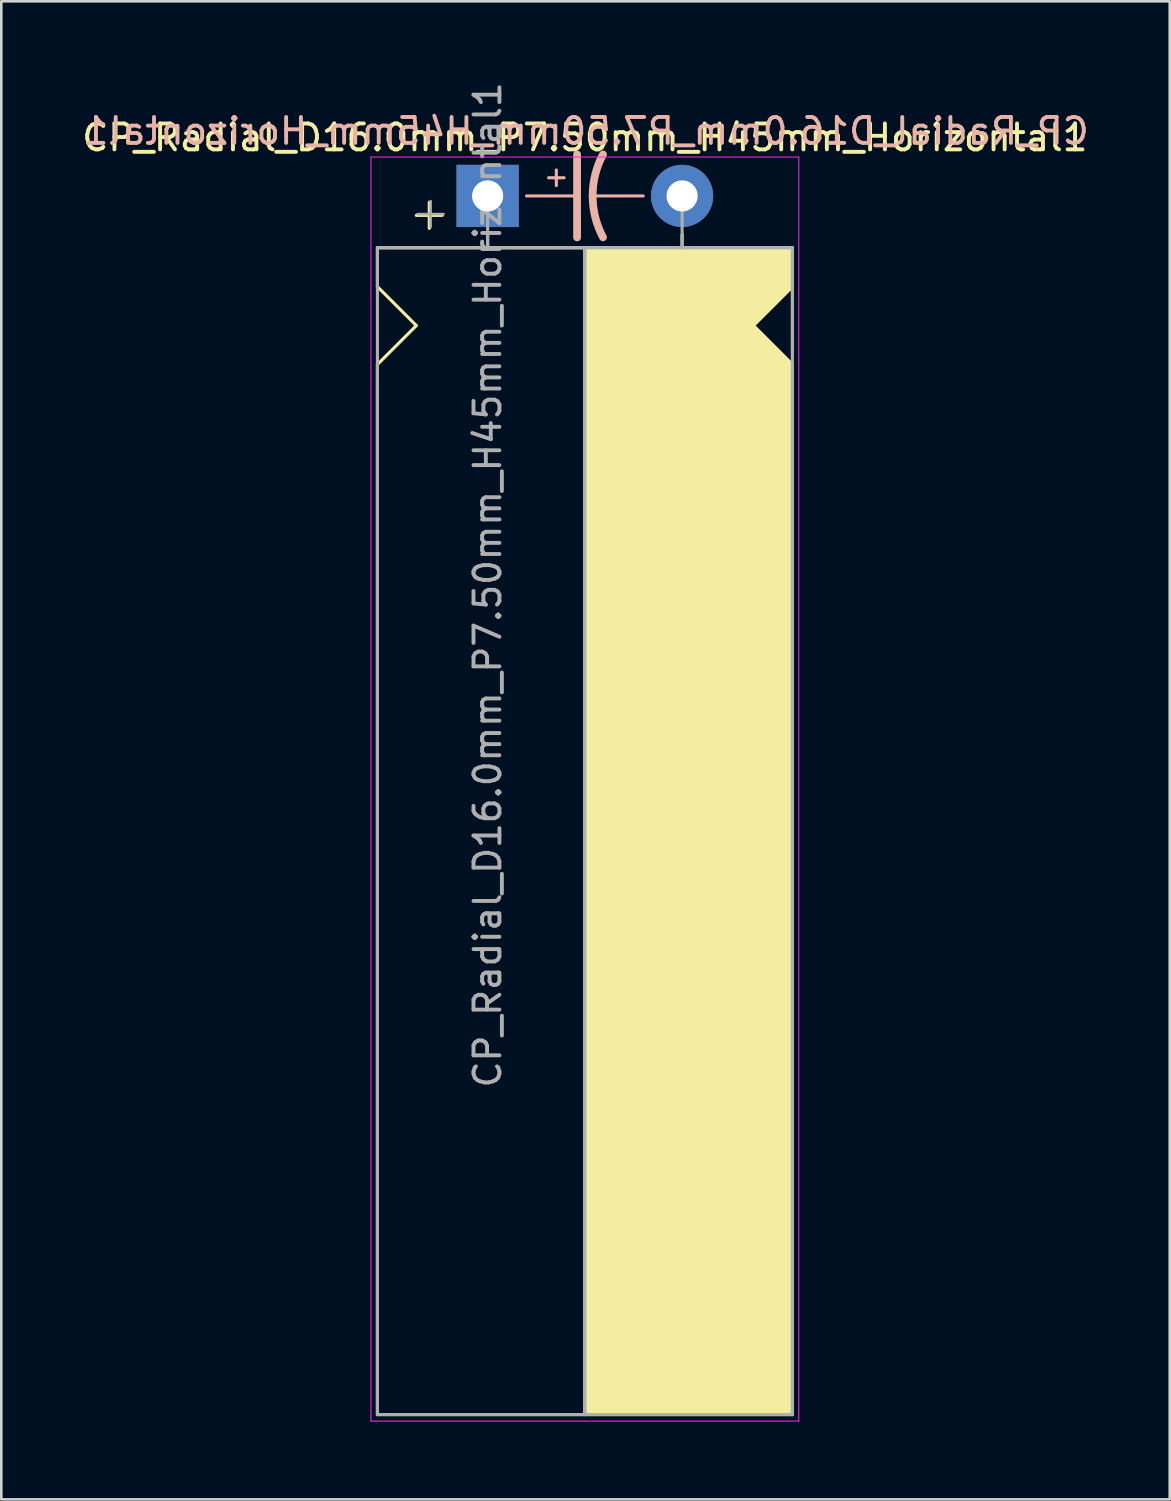
<source format=kicad_pcb>
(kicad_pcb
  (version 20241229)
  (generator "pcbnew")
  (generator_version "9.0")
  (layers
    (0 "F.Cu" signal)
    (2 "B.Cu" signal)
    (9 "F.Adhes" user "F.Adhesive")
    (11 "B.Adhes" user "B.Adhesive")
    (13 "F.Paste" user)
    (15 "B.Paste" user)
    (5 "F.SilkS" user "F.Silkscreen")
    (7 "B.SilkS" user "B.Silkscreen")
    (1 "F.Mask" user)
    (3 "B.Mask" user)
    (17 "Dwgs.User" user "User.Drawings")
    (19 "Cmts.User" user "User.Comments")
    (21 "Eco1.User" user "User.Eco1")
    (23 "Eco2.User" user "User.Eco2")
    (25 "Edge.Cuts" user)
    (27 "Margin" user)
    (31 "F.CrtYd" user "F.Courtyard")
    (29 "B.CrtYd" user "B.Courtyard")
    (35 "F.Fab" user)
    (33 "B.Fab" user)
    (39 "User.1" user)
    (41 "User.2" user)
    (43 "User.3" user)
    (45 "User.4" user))
  (footprint "CP_Radial_D16.0mm_P7.50mm_H45mm_Horizontal1"
    (layer "F.Cu")
    (at 15.756 4.506)
    (property "Reference" "CP_Radial_D16.0mm_P7.50mm_H45mm_Horizontal1" (at 3.75 -2.25 0) (layer "F.SilkS") (effects (font (size 1 1) (thickness 0.15))))
    (fp_line (start -4.25 2) (end -4.25 3.5) (stroke (width 0.12) (type solid)) (layer "F.SilkS"))
    (fp_line (start -4.25 3.5) (end -2.75 5) (stroke (width 0.12) (type solid)) (layer "F.SilkS"))
    (fp_line (start -4.25 6.5) (end -4.25 7.5) (stroke (width 0.12) (type solid)) (layer "F.SilkS"))
    (fp_line (start -4.25 7.5) (end -4.25 47) (stroke (width 0.12) (type solid)) (layer "F.SilkS"))
    (fp_line (start -2.75 5) (end -4.25 6.5) (stroke (width 0.12) (type solid)) (layer "F.SilkS"))
    (fp_line (start -2.25 0.25) (end -2.25 1.25) (stroke (width 0.12) (type solid)) (layer "F.SilkS"))
    (fp_line (start -1.75 0.75) (end -2.75 0.75) (stroke (width 0.12) (type solid)) (layer "F.SilkS"))
    (fp_line (start 0 1.5) (end 0 2) (stroke (width 0.12) (type solid)) (layer "F.SilkS"))
    (fp_line (start 3.75 2) (end -4.25 2) (stroke (width 0.12) (type solid)) (layer "F.SilkS"))
    (fp_line (start 3.75 2) (end 3.75 47) (stroke (width 0.12) (type solid)) (layer "F.SilkS"))
    (fp_line (start 3.75 2) (end 11.75 2) (stroke (width 0.12) (type solid)) (layer "F.SilkS"))
    (fp_line (start 7.5 1.5) (end 7.5 2) (stroke (width 0.12) (type solid)) (layer "F.SilkS"))
    (fp_line (start 10.25 5) (end 11.75 6.5) (stroke (width 0.12) (type solid)) (layer "F.SilkS"))
    (fp_line (start 11.75 2) (end 11.75 3.5) (stroke (width 0.12) (type solid)) (layer "F.SilkS"))
    (fp_line (start 11.75 3.5) (end 10.25 5) (stroke (width 0.12) (type solid)) (layer "F.SilkS"))
    (fp_line (start 11.75 47) (end -4.25 47) (stroke (width 0.12) (type solid)) (layer "F.SilkS"))
    (fp_line (start 11.75 47) (end 11.75 6.5) (stroke (width 0.12) (type solid)) (layer "F.SilkS"))
    (fp_poly (pts (xy 11.75 3.5) (xy 10.25 5) (xy 11.75 6.5) (xy 11.75 47) (xy 3.75 47) (xy 3.75 2) (xy 11.75 2)) (stroke (width 0.1) (type solid)) (fill yes) (layer "F.SilkS"))
    (fp_line (start 1.5 0) (end 3.45 0) (stroke (width 0.12) (type solid)) (layer "B.SilkS"))
    (fp_line (start 2.35 -0.7) (end 2.95 -0.7) (stroke (width 0.12) (type solid)) (layer "B.SilkS"))
    (fp_line (start 2.65 -0.4) (end 2.65 -1) (stroke (width 0.12) (type solid)) (layer "B.SilkS"))
    (fp_line (start 3.45 0) (end 3.45 -1.6) (stroke (width 0.3) (type solid)) (layer "B.SilkS"))
    (fp_line (start 3.45 0) (end 3.45 1.6) (stroke (width 0.3) (type solid)) (layer "B.SilkS"))
    (fp_line (start 6 0) (end 4.05 0) (stroke (width 0.12) (type solid)) (layer "B.SilkS"))
    (fp_arc (start 4.05 0) (mid 4.150512 -0.824872) (end 4.45 -1.6) (stroke (width 0.3) (type solid)) (layer "B.SilkS"))
    (fp_arc (start 4.45 1.596157) (mid 4.151652 0.822725) (end 4.05 0) (stroke (width 0.3) (type solid)) (layer "B.SilkS"))
    (fp_line (start -4.5 -1.5) (end 12 -1.5) (stroke (width 0.04) (type solid)) (layer "F.CrtYd"))
    (fp_line (start -4.5 47.25) (end -4.5 -1.5) (stroke (width 0.04) (type solid)) (layer "F.CrtYd"))
    (fp_line (start 12 -1.5) (end 12 47.25) (stroke (width 0.04) (type solid)) (layer "F.CrtYd"))
    (fp_line (start 12 47.25) (end -4.5 47.25) (stroke (width 0.04) (type solid)) (layer "F.CrtYd"))
    (fp_line (start -4.25 2) (end -4.25 47) (stroke (width 0.12) (type solid)) (layer "F.Fab"))
    (fp_line (start -4.25 47) (end 11.75 47) (stroke (width 0.12) (type solid)) (layer "F.Fab"))
    (fp_line (start -2.7 0.7) (end -1.7 0.7) (stroke (width 0.1) (type solid)) (layer "F.Fab"))
    (fp_line (start -2.2 1.2) (end -2.2 0.2) (stroke (width 0.1) (type solid)) (layer "F.Fab"))
    (fp_line (start 0 0) (end 0 2) (stroke (width 0.12) (type solid)) (layer "F.Fab"))
    (fp_line (start 0 2) (end -4.25 2) (stroke (width 0.12) (type solid)) (layer "F.Fab"))
    (fp_line (start 3.75 2) (end 3.75 47) (stroke (width 0.12) (type solid)) (layer "F.Fab"))
    (fp_line (start 7.5 0) (end 7.5 2) (stroke (width 0.12) (type solid)) (layer "F.Fab"))
    (fp_line (start 11.75 2) (end 0 2) (stroke (width 0.12) (type solid)) (layer "F.Fab"))
    (fp_line (start 11.75 47) (end 11.75 2) (stroke (width 0.12) (type solid)) (layer "F.Fab"))
    (fp_poly (pts (xy 11.75 47) (xy 3.75 47) (xy 3.75 2) (xy 11.75 2)) (stroke (width 0.1) (type solid)) (fill no) (layer "F.Fab"))
    (fp_text user "${REFERENCE}" (at 3.8 -2.5 0) (layer "B.SilkS") (effects (font (size 1 1) (thickness 0.15)) (justify mirror)))
    (fp_text user "${REFERENCE}" (at 0 15 90) (layer "F.Fab") (effects (font (size 1 1) (thickness 0.15))))
    (pad "1" thru_hole rect (at 0 0) (size 2.4 2.4) (drill 1.2) (layers "*.Cu" "*.Mask"))
    (pad "2" thru_hole circle (at 7.5 0) (size 2.4 2.4) (drill 1.2) (layers "*.Cu" "*.Mask")))
  (gr_rect
    (start -3 -3)
    (end 42.062 54.776)
    (stroke (width 0.1) (type default))
    (fill no)
    (layer "Edge.Cuts")))
</source>
